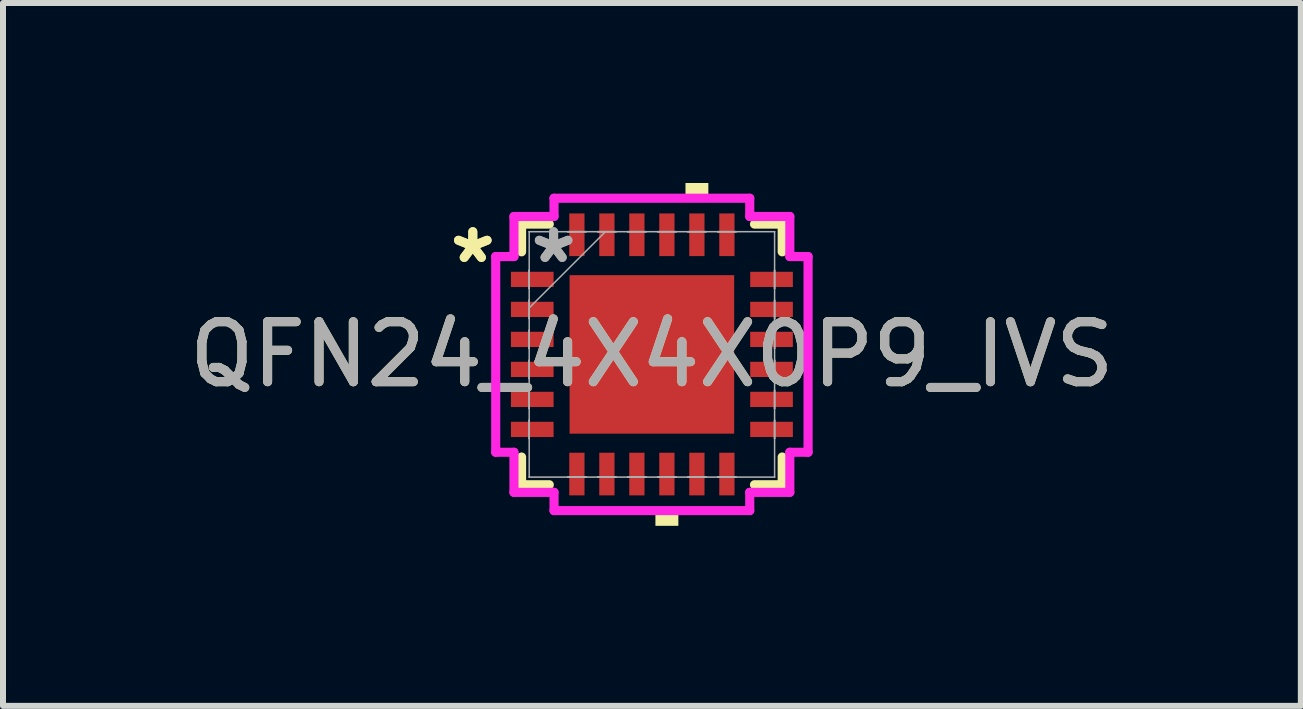
<source format=kicad_pcb>
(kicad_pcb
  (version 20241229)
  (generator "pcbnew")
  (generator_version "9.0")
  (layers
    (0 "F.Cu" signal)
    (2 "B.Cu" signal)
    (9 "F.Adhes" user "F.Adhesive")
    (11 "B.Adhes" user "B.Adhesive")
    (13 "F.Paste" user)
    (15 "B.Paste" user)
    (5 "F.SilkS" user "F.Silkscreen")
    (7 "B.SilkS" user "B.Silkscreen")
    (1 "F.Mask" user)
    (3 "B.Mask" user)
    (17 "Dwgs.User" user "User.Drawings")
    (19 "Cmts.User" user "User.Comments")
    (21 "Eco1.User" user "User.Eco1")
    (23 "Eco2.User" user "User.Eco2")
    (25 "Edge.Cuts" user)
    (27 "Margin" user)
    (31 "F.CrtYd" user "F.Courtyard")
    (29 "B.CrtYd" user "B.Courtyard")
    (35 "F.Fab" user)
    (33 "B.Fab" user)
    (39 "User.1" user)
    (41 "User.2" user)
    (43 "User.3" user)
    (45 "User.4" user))
  (footprint "QFN24_4X4X0P9_IVS"
    (layer "F.Cu")
    (at 7.815 2.857)
    (property "Reference" "QFN24_4X4X0P9_IVS" (at 0 0 0) (unlocked yes) (layer "F.SilkS") (effects (font (size 1 1) (thickness 0.15))))
    (attr smd)
    (fp_line (start -2.172 -2.172) (end -2.172 -1.71) (stroke (width 0.152) (type solid)) (layer "F.SilkS"))
    (fp_line (start -2.172 1.71) (end -2.172 2.172) (stroke (width 0.152) (type solid)) (layer "F.SilkS"))
    (fp_line (start -2.172 2.172) (end -1.71 2.172) (stroke (width 0.152) (type solid)) (layer "F.SilkS"))
    (fp_line (start -1.71 -2.172) (end -2.172 -2.172) (stroke (width 0.152) (type solid)) (layer "F.SilkS"))
    (fp_line (start 1.71 2.172) (end 2.172 2.172) (stroke (width 0.152) (type solid)) (layer "F.SilkS"))
    (fp_line (start 2.172 -2.172) (end 1.71 -2.172) (stroke (width 0.152) (type solid)) (layer "F.SilkS"))
    (fp_line (start 2.172 -1.71) (end 2.172 -2.172) (stroke (width 0.152) (type solid)) (layer "F.SilkS"))
    (fp_line (start 2.172 2.172) (end 2.172 1.71) (stroke (width 0.152) (type solid)) (layer "F.SilkS"))
    (fp_poly (pts (xy 0.059 2.603) (xy 0.059 2.857) (xy 0.441 2.857) (xy 0.441 2.603)) (stroke (width 0) (type solid)) (fill yes) (layer "F.SilkS"))
    (fp_poly (pts (xy 0.56 -2.603) (xy 0.56 -2.857) (xy 0.941 -2.857) (xy 0.941 -2.603)) (stroke (width 0) (type solid)) (fill yes) (layer "F.SilkS"))
    (fp_poly (pts (xy -1.272 -1.221) (xy -1.272 -0.1) (xy -0.1 -0.1) (xy -0.1 -1.221)) (stroke (width 0) (type solid)) (fill yes) (layer "F.Paste"))
    (fp_poly (pts (xy -1.272 0.1) (xy -1.272 1.221) (xy -0.1 1.221) (xy -0.1 0.1)) (stroke (width 0) (type solid)) (fill yes) (layer "F.Paste"))
    (fp_poly (pts (xy 0.1 -1.221) (xy 0.1 -0.1) (xy 1.272 -0.1) (xy 1.272 -1.221)) (stroke (width 0) (type solid)) (fill yes) (layer "F.Paste"))
    (fp_poly (pts (xy 0.1 0.1) (xy 0.1 1.221) (xy 1.272 1.221) (xy 1.272 0.1)) (stroke (width 0) (type solid)) (fill yes) (layer "F.Paste"))
    (fp_line (start -2.603 -1.631) (end -2.299 -1.631) (stroke (width 0.152) (type solid)) (layer "F.CrtYd"))
    (fp_line (start -2.603 1.631) (end -2.603 -1.631) (stroke (width 0.152) (type solid)) (layer "F.CrtYd"))
    (fp_line (start -2.299 -2.299) (end -1.631 -2.299) (stroke (width 0.152) (type solid)) (layer "F.CrtYd"))
    (fp_line (start -2.299 -1.631) (end -2.299 -2.299) (stroke (width 0.152) (type solid)) (layer "F.CrtYd"))
    (fp_line (start -2.299 1.631) (end -2.603 1.631) (stroke (width 0.152) (type solid)) (layer "F.CrtYd"))
    (fp_line (start -2.299 2.299) (end -2.299 1.631) (stroke (width 0.152) (type solid)) (layer "F.CrtYd"))
    (fp_line (start -1.631 -2.603) (end 1.631 -2.603) (stroke (width 0.152) (type solid)) (layer "F.CrtYd"))
    (fp_line (start -1.631 -2.299) (end -1.631 -2.603) (stroke (width 0.152) (type solid)) (layer "F.CrtYd"))
    (fp_line (start -1.631 2.299) (end -2.299 2.299) (stroke (width 0.152) (type solid)) (layer "F.CrtYd"))
    (fp_line (start -1.631 2.603) (end -1.631 2.299) (stroke (width 0.152) (type solid)) (layer "F.CrtYd"))
    (fp_line (start 1.631 -2.603) (end 1.631 -2.299) (stroke (width 0.152) (type solid)) (layer "F.CrtYd"))
    (fp_line (start 1.631 -2.299) (end 2.299 -2.299) (stroke (width 0.152) (type solid)) (layer "F.CrtYd"))
    (fp_line (start 1.631 2.299) (end 1.631 2.603) (stroke (width 0.152) (type solid)) (layer "F.CrtYd"))
    (fp_line (start 1.631 2.603) (end -1.631 2.603) (stroke (width 0.152) (type solid)) (layer "F.CrtYd"))
    (fp_line (start 2.299 -2.299) (end 2.299 -1.631) (stroke (width 0.152) (type solid)) (layer "F.CrtYd"))
    (fp_line (start 2.299 -1.631) (end 2.603 -1.631) (stroke (width 0.152) (type solid)) (layer "F.CrtYd"))
    (fp_line (start 2.299 1.631) (end 2.299 2.299) (stroke (width 0.152) (type solid)) (layer "F.CrtYd"))
    (fp_line (start 2.299 2.299) (end 1.631 2.299) (stroke (width 0.152) (type solid)) (layer "F.CrtYd"))
    (fp_line (start 2.603 -1.631) (end 2.603 1.631) (stroke (width 0.152) (type solid)) (layer "F.CrtYd"))
    (fp_line (start 2.603 1.631) (end 2.299 1.631) (stroke (width 0.152) (type solid)) (layer "F.CrtYd"))
    (fp_line (start -2.045 -2.045) (end -2.045 -2.045) (stroke (width 0.025) (type solid)) (layer "F.Fab"))
    (fp_line (start -2.045 -2.045) (end -2.045 2.045) (stroke (width 0.025) (type solid)) (layer "F.Fab"))
    (fp_line (start -2.045 -1.402) (end -2.045 -1.402) (stroke (width 0.025) (type solid)) (layer "F.Fab"))
    (fp_line (start -2.045 -1.402) (end -2.045 -1.098) (stroke (width 0.025) (type solid)) (layer "F.Fab"))
    (fp_line (start -2.045 -1.098) (end -2.045 -1.402) (stroke (width 0.025) (type solid)) (layer "F.Fab"))
    (fp_line (start -2.045 -1.098) (end -2.045 -1.098) (stroke (width 0.025) (type solid)) (layer "F.Fab"))
    (fp_line (start -2.045 -0.902) (end -2.045 -0.902) (stroke (width 0.025) (type solid)) (layer "F.Fab"))
    (fp_line (start -2.045 -0.902) (end -2.045 -0.598) (stroke (width 0.025) (type solid)) (layer "F.Fab"))
    (fp_line (start -2.045 -0.775) (end -0.775 -2.045) (stroke (width 0.025) (type solid)) (layer "F.Fab"))
    (fp_line (start -2.045 -0.598) (end -2.045 -0.902) (stroke (width 0.025) (type solid)) (layer "F.Fab"))
    (fp_line (start -2.045 -0.598) (end -2.045 -0.598) (stroke (width 0.025) (type solid)) (layer "F.Fab"))
    (fp_line (start -2.045 -0.402) (end -2.045 -0.402) (stroke (width 0.025) (type solid)) (layer "F.Fab"))
    (fp_line (start -2.045 -0.402) (end -2.045 -0.098) (stroke (width 0.025) (type solid)) (layer "F.Fab"))
    (fp_line (start -2.045 -0.098) (end -2.045 -0.402) (stroke (width 0.025) (type solid)) (layer "F.Fab"))
    (fp_line (start -2.045 -0.098) (end -2.045 -0.098) (stroke (width 0.025) (type solid)) (layer "F.Fab"))
    (fp_line (start -2.045 0.098) (end -2.045 0.098) (stroke (width 0.025) (type solid)) (layer "F.Fab"))
    (fp_line (start -2.045 0.098) (end -2.045 0.402) (stroke (width 0.025) (type solid)) (layer "F.Fab"))
    (fp_line (start -2.045 0.402) (end -2.045 0.098) (stroke (width 0.025) (type solid)) (layer "F.Fab"))
    (fp_line (start -2.045 0.402) (end -2.045 0.402) (stroke (width 0.025) (type solid)) (layer "F.Fab"))
    (fp_line (start -2.045 0.598) (end -2.045 0.598) (stroke (width 0.025) (type solid)) (layer "F.Fab"))
    (fp_line (start -2.045 0.598) (end -2.045 0.902) (stroke (width 0.025) (type solid)) (layer "F.Fab"))
    (fp_line (start -2.045 0.902) (end -2.045 0.598) (stroke (width 0.025) (type solid)) (layer "F.Fab"))
    (fp_line (start -2.045 0.902) (end -2.045 0.902) (stroke (width 0.025) (type solid)) (layer "F.Fab"))
    (fp_line (start -2.045 1.098) (end -2.045 1.098) (stroke (width 0.025) (type solid)) (layer "F.Fab"))
    (fp_line (start -2.045 1.098) (end -2.045 1.402) (stroke (width 0.025) (type solid)) (layer "F.Fab"))
    (fp_line (start -2.045 1.402) (end -2.045 1.098) (stroke (width 0.025) (type solid)) (layer "F.Fab"))
    (fp_line (start -2.045 1.402) (end -2.045 1.402) (stroke (width 0.025) (type solid)) (layer "F.Fab"))
    (fp_line (start -2.045 2.045) (end -2.045 2.045) (stroke (width 0.025) (type solid)) (layer "F.Fab"))
    (fp_line (start -2.045 2.045) (end 2.045 2.045) (stroke (width 0.025) (type solid)) (layer "F.Fab"))
    (fp_line (start -1.402 -2.045) (end -1.402 -2.045) (stroke (width 0.025) (type solid)) (layer "F.Fab"))
    (fp_line (start -1.402 -2.045) (end -1.098 -2.045) (stroke (width 0.025) (type solid)) (layer "F.Fab"))
    (fp_line (start -1.402 2.045) (end -1.402 2.045) (stroke (width 0.025) (type solid)) (layer "F.Fab"))
    (fp_line (start -1.402 2.045) (end -1.098 2.045) (stroke (width 0.025) (type solid)) (layer "F.Fab"))
    (fp_line (start -1.098 -2.045) (end -1.402 -2.045) (stroke (width 0.025) (type solid)) (layer "F.Fab"))
    (fp_line (start -1.098 -2.045) (end -1.098 -2.045) (stroke (width 0.025) (type solid)) (layer "F.Fab"))
    (fp_line (start -1.098 2.045) (end -1.402 2.045) (stroke (width 0.025) (type solid)) (layer "F.Fab"))
    (fp_line (start -1.098 2.045) (end -1.098 2.045) (stroke (width 0.025) (type solid)) (layer "F.Fab"))
    (fp_line (start -0.902 -2.045) (end -0.902 -2.045) (stroke (width 0.025) (type solid)) (layer "F.Fab"))
    (fp_line (start -0.902 -2.045) (end -0.598 -2.045) (stroke (width 0.025) (type solid)) (layer "F.Fab"))
    (fp_line (start -0.902 2.045) (end -0.902 2.045) (stroke (width 0.025) (type solid)) (layer "F.Fab"))
    (fp_line (start -0.902 2.045) (end -0.598 2.045) (stroke (width 0.025) (type solid)) (layer "F.Fab"))
    (fp_line (start -0.598 -2.045) (end -0.902 -2.045) (stroke (width 0.025) (type solid)) (layer "F.Fab"))
    (fp_line (start -0.598 -2.045) (end -0.598 -2.045) (stroke (width 0.025) (type solid)) (layer "F.Fab"))
    (fp_line (start -0.598 2.045) (end -0.902 2.045) (stroke (width 0.025) (type solid)) (layer "F.Fab"))
    (fp_line (start -0.598 2.045) (end -0.598 2.045) (stroke (width 0.025) (type solid)) (layer "F.Fab"))
    (fp_line (start -0.402 -2.045) (end -0.402 -2.045) (stroke (width 0.025) (type solid)) (layer "F.Fab"))
    (fp_line (start -0.402 -2.045) (end -0.098 -2.045) (stroke (width 0.025) (type solid)) (layer "F.Fab"))
    (fp_line (start -0.402 2.045) (end -0.402 2.045) (stroke (width 0.025) (type solid)) (layer "F.Fab"))
    (fp_line (start -0.402 2.045) (end -0.098 2.045) (stroke (width 0.025) (type solid)) (layer "F.Fab"))
    (fp_line (start -0.098 -2.045) (end -0.402 -2.045) (stroke (width 0.025) (type solid)) (layer "F.Fab"))
    (fp_line (start -0.098 -2.045) (end -0.098 -2.045) (stroke (width 0.025) (type solid)) (layer "F.Fab"))
    (fp_line (start -0.098 2.045) (end -0.402 2.045) (stroke (width 0.025) (type solid)) (layer "F.Fab"))
    (fp_line (start -0.098 2.045) (end -0.098 2.045) (stroke (width 0.025) (type solid)) (layer "F.Fab"))
    (fp_line (start 0.098 -2.045) (end 0.098 -2.045) (stroke (width 0.025) (type solid)) (layer "F.Fab"))
    (fp_line (start 0.098 -2.045) (end 0.402 -2.045) (stroke (width 0.025) (type solid)) (layer "F.Fab"))
    (fp_line (start 0.098 2.045) (end 0.098 2.045) (stroke (width 0.025) (type solid)) (layer "F.Fab"))
    (fp_line (start 0.098 2.045) (end 0.402 2.045) (stroke (width 0.025) (type solid)) (layer "F.Fab"))
    (fp_line (start 0.402 -2.045) (end 0.098 -2.045) (stroke (width 0.025) (type solid)) (layer "F.Fab"))
    (fp_line (start 0.402 -2.045) (end 0.402 -2.045) (stroke (width 0.025) (type solid)) (layer "F.Fab"))
    (fp_line (start 0.402 2.045) (end 0.098 2.045) (stroke (width 0.025) (type solid)) (layer "F.Fab"))
    (fp_line (start 0.402 2.045) (end 0.402 2.045) (stroke (width 0.025) (type solid)) (layer "F.Fab"))
    (fp_line (start 0.598 -2.045) (end 0.598 -2.045) (stroke (width 0.025) (type solid)) (layer "F.Fab"))
    (fp_line (start 0.598 -2.045) (end 0.902 -2.045) (stroke (width 0.025) (type solid)) (layer "F.Fab"))
    (fp_line (start 0.598 2.045) (end 0.598 2.045) (stroke (width 0.025) (type solid)) (layer "F.Fab"))
    (fp_line (start 0.598 2.045) (end 0.902 2.045) (stroke (width 0.025) (type solid)) (layer "F.Fab"))
    (fp_line (start 0.902 -2.045) (end 0.598 -2.045) (stroke (width 0.025) (type solid)) (layer "F.Fab"))
    (fp_line (start 0.902 -2.045) (end 0.902 -2.045) (stroke (width 0.025) (type solid)) (layer "F.Fab"))
    (fp_line (start 0.902 2.045) (end 0.598 2.045) (stroke (width 0.025) (type solid)) (layer "F.Fab"))
    (fp_line (start 0.902 2.045) (end 0.902 2.045) (stroke (width 0.025) (type solid)) (layer "F.Fab"))
    (fp_line (start 1.098 -2.045) (end 1.098 -2.045) (stroke (width 0.025) (type solid)) (layer "F.Fab"))
    (fp_line (start 1.098 -2.045) (end 1.402 -2.045) (stroke (width 0.025) (type solid)) (layer "F.Fab"))
    (fp_line (start 1.098 2.045) (end 1.098 2.045) (stroke (width 0.025) (type solid)) (layer "F.Fab"))
    (fp_line (start 1.098 2.045) (end 1.402 2.045) (stroke (width 0.025) (type solid)) (layer "F.Fab"))
    (fp_line (start 1.402 -2.045) (end 1.098 -2.045) (stroke (width 0.025) (type solid)) (layer "F.Fab"))
    (fp_line (start 1.402 -2.045) (end 1.402 -2.045) (stroke (width 0.025) (type solid)) (layer "F.Fab"))
    (fp_line (start 1.402 2.045) (end 1.098 2.045) (stroke (width 0.025) (type solid)) (layer "F.Fab"))
    (fp_line (start 1.402 2.045) (end 1.402 2.045) (stroke (width 0.025) (type solid)) (layer "F.Fab"))
    (fp_line (start 2.045 -2.045) (end -2.045 -2.045) (stroke (width 0.025) (type solid)) (layer "F.Fab"))
    (fp_line (start 2.045 -2.045) (end 2.045 -2.045) (stroke (width 0.025) (type solid)) (layer "F.Fab"))
    (fp_line (start 2.045 -1.402) (end 2.045 -1.402) (stroke (width 0.025) (type solid)) (layer "F.Fab"))
    (fp_line (start 2.045 -1.402) (end 2.045 -1.098) (stroke (width 0.025) (type solid)) (layer "F.Fab"))
    (fp_line (start 2.045 -1.098) (end 2.045 -1.402) (stroke (width 0.025) (type solid)) (layer "F.Fab"))
    (fp_line (start 2.045 -1.098) (end 2.045 -1.098) (stroke (width 0.025) (type solid)) (layer "F.Fab"))
    (fp_line (start 2.045 -0.902) (end 2.045 -0.902) (stroke (width 0.025) (type solid)) (layer "F.Fab"))
    (fp_line (start 2.045 -0.902) (end 2.045 -0.598) (stroke (width 0.025) (type solid)) (layer "F.Fab"))
    (fp_line (start 2.045 -0.598) (end 2.045 -0.902) (stroke (width 0.025) (type solid)) (layer "F.Fab"))
    (fp_line (start 2.045 -0.598) (end 2.045 -0.598) (stroke (width 0.025) (type solid)) (layer "F.Fab"))
    (fp_line (start 2.045 -0.402) (end 2.045 -0.402) (stroke (width 0.025) (type solid)) (layer "F.Fab"))
    (fp_line (start 2.045 -0.402) (end 2.045 -0.098) (stroke (width 0.025) (type solid)) (layer "F.Fab"))
    (fp_line (start 2.045 -0.098) (end 2.045 -0.402) (stroke (width 0.025) (type solid)) (layer "F.Fab"))
    (fp_line (start 2.045 -0.098) (end 2.045 -0.098) (stroke (width 0.025) (type solid)) (layer "F.Fab"))
    (fp_line (start 2.045 0.098) (end 2.045 0.098) (stroke (width 0.025) (type solid)) (layer "F.Fab"))
    (fp_line (start 2.045 0.098) (end 2.045 0.402) (stroke (width 0.025) (type solid)) (layer "F.Fab"))
    (fp_line (start 2.045 0.402) (end 2.045 0.098) (stroke (width 0.025) (type solid)) (layer "F.Fab"))
    (fp_line (start 2.045 0.402) (end 2.045 0.402) (stroke (width 0.025) (type solid)) (layer "F.Fab"))
    (fp_line (start 2.045 0.598) (end 2.045 0.598) (stroke (width 0.025) (type solid)) (layer "F.Fab"))
    (fp_line (start 2.045 0.598) (end 2.045 0.902) (stroke (width 0.025) (type solid)) (layer "F.Fab"))
    (fp_line (start 2.045 0.902) (end 2.045 0.598) (stroke (width 0.025) (type solid)) (layer "F.Fab"))
    (fp_line (start 2.045 0.902) (end 2.045 0.902) (stroke (width 0.025) (type solid)) (layer "F.Fab"))
    (fp_line (start 2.045 1.098) (end 2.045 1.098) (stroke (width 0.025) (type solid)) (layer "F.Fab"))
    (fp_line (start 2.045 1.098) (end 2.045 1.402) (stroke (width 0.025) (type solid)) (layer "F.Fab"))
    (fp_line (start 2.045 1.402) (end 2.045 1.098) (stroke (width 0.025) (type solid)) (layer "F.Fab"))
    (fp_line (start 2.045 1.402) (end 2.045 1.402) (stroke (width 0.025) (type solid)) (layer "F.Fab"))
    (fp_line (start 2.045 2.045) (end 2.045 -2.045) (stroke (width 0.025) (type solid)) (layer "F.Fab"))
    (fp_line (start 2.045 2.045) (end 2.045 2.045) (stroke (width 0.025) (type solid)) (layer "F.Fab"))
    (fp_text user "*" (at -2.985 -1.5 0) (layer "F.SilkS") (effects (font (size 1 1) (thickness 0.15))))
    (fp_text user "*" (at -2.985 -1.5 0) (unlocked yes) (layer "F.SilkS") (effects (font (size 1 1) (thickness 0.15))))
    (fp_text user "${REFERENCE}" (at 0 0 0) (unlocked yes) (layer "F.Fab") (effects (font (size 1 1) (thickness 0.15))))
    (fp_text user "*" (at -1.638 -1.5 0) (unlocked yes) (layer "F.Fab") (effects (font (size 1 1) (thickness 0.15))))
    (fp_text user "*" (at -1.638 -1.5 0) (layer "F.Fab") (effects (font (size 1 1) (thickness 0.15))))
    (pad "1" smd rect (at -1.994 -1.25 90) (size 0.254 0.711) (layers "F.Cu" "F.Mask" "F.Paste"))
    (pad "2" smd rect (at -1.994 -0.75 90) (size 0.254 0.711) (layers "F.Cu" "F.Mask" "F.Paste"))
    (pad "3" smd rect (at -1.994 -0.25 90) (size 0.254 0.711) (layers "F.Cu" "F.Mask" "F.Paste"))
    (pad "4" smd rect (at -1.994 0.25 90) (size 0.254 0.711) (layers "F.Cu" "F.Mask" "F.Paste"))
    (pad "5" smd rect (at -1.994 0.75 90) (size 0.254 0.711) (layers "F.Cu" "F.Mask" "F.Paste"))
    (pad "6" smd rect (at -1.994 1.25 90) (size 0.254 0.711) (layers "F.Cu" "F.Mask" "F.Paste"))
    (pad "7" smd rect (at -1.25 1.994) (size 0.254 0.711) (layers "F.Cu" "F.Mask" "F.Paste"))
    (pad "8" smd rect (at -0.75 1.994) (size 0.254 0.711) (layers "F.Cu" "F.Mask" "F.Paste"))
    (pad "9" smd rect (at -0.25 1.994) (size 0.254 0.711) (layers "F.Cu" "F.Mask" "F.Paste"))
    (pad "10" smd rect (at 0.25 1.994) (size 0.254 0.711) (layers "F.Cu" "F.Mask" "F.Paste"))
    (pad "11" smd rect (at 0.75 1.994) (size 0.254 0.711) (layers "F.Cu" "F.Mask" "F.Paste"))
    (pad "12" smd rect (at 1.25 1.994) (size 0.254 0.711) (layers "F.Cu" "F.Mask" "F.Paste"))
    (pad "13" smd rect (at 1.994 1.25 90) (size 0.254 0.711) (layers "F.Cu" "F.Mask" "F.Paste"))
    (pad "14" smd rect (at 1.994 0.75 90) (size 0.254 0.711) (layers "F.Cu" "F.Mask" "F.Paste"))
    (pad "15" smd rect (at 1.994 0.25 90) (size 0.254 0.711) (layers "F.Cu" "F.Mask" "F.Paste"))
    (pad "16" smd rect (at 1.994 -0.25 90) (size 0.254 0.711) (layers "F.Cu" "F.Mask" "F.Paste"))
    (pad "17" smd rect (at 1.994 -0.75 90) (size 0.254 0.711) (layers "F.Cu" "F.Mask" "F.Paste"))
    (pad "18" smd rect (at 1.994 -1.25 90) (size 0.254 0.711) (layers "F.Cu" "F.Mask" "F.Paste"))
    (pad "19" smd rect (at 1.25 -1.994) (size 0.254 0.711) (layers "F.Cu" "F.Mask" "F.Paste"))
    (pad "20" smd rect (at 0.75 -1.994) (size 0.254 0.711) (layers "F.Cu" "F.Mask" "F.Paste"))
    (pad "21" smd rect (at 0.25 -1.994) (size 0.254 0.711) (layers "F.Cu" "F.Mask" "F.Paste"))
    (pad "22" smd rect (at -0.25 -1.994) (size 0.254 0.711) (layers "F.Cu" "F.Mask" "F.Paste"))
    (pad "23" smd rect (at -0.75 -1.994) (size 0.254 0.711) (layers "F.Cu" "F.Mask" "F.Paste"))
    (pad "24" smd rect (at -1.25 -1.994) (size 0.254 0.711) (layers "F.Cu" "F.Mask" "F.Paste"))
    (pad "25" smd rect (at 0 0) (size 2.743 2.642) (layers "F.Cu" "F.Mask" "F.Paste")))
  (gr_rect
    (start -3 -3)
    (end 18.631 8.715)
    (stroke (width 0.1) (type default))
    (fill no)
    (layer "Edge.Cuts")))
</source>
